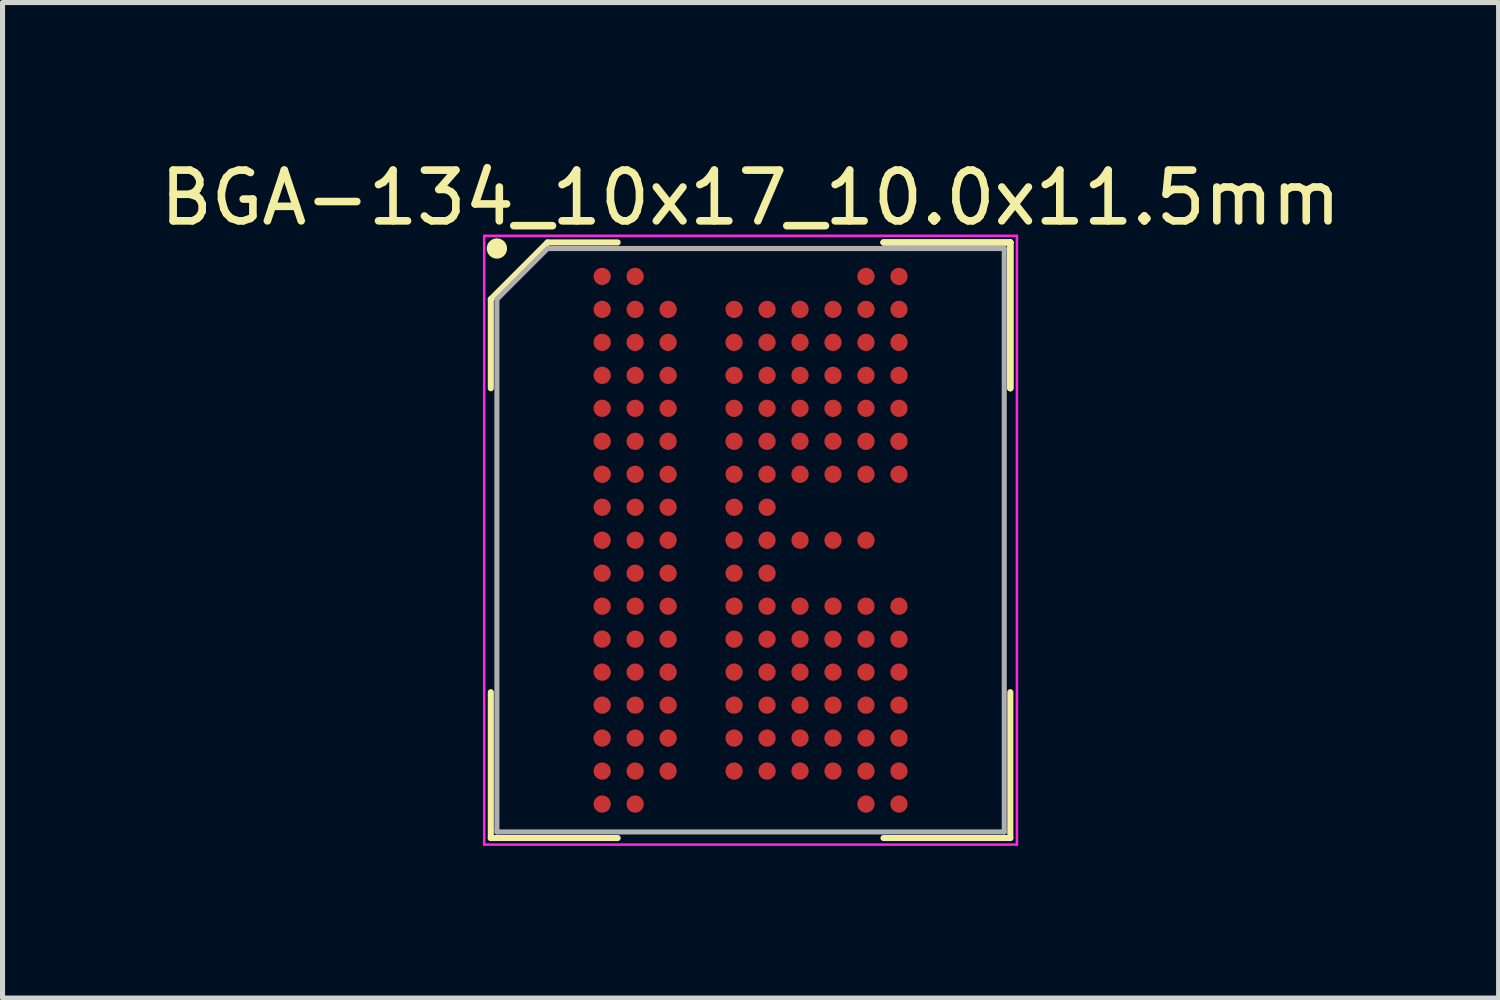
<source format=kicad_pcb>
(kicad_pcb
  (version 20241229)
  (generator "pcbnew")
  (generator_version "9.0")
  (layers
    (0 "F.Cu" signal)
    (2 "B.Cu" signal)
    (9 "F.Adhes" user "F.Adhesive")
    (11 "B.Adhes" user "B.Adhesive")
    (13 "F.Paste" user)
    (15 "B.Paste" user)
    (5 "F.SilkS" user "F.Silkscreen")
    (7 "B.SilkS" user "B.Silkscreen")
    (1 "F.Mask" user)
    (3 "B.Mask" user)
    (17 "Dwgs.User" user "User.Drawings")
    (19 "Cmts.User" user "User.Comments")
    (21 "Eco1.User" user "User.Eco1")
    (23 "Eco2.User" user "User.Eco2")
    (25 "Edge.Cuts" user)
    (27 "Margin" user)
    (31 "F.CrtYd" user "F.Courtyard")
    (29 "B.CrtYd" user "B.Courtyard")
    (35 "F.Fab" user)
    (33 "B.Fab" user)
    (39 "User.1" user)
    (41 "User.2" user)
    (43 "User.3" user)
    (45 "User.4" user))
  (footprint "BGA-134_10x17_10.0x11.5mm"
    (layer "F.Cu")
    (at 11.744 7.598)
    (property "Reference" "BGA-134_10x17_10.0x11.5mm" (at 0 -6.75 0) (layer "F.SilkS") (effects (font (size 1 1) (thickness 0.15))))
    (attr smd)
    (fp_line (start -5.12 -4.75) (end -5.12 -2.995) (stroke (width 0.12) (type solid)) (layer "F.SilkS"))
    (fp_line (start -5.12 5.87) (end -5.12 2.995) (stroke (width 0.12) (type solid)) (layer "F.SilkS"))
    (fp_line (start -4 -5.87) (end -5.12 -4.75) (stroke (width 0.12) (type solid)) (layer "F.SilkS"))
    (fp_line (start -2.62 -5.87) (end -4 -5.87) (stroke (width 0.12) (type solid)) (layer "F.SilkS"))
    (fp_line (start -2.62 5.87) (end -5.12 5.87) (stroke (width 0.12) (type solid)) (layer "F.SilkS"))
    (fp_line (start 2.62 -5.87) (end 5.12 -5.87) (stroke (width 0.12) (type solid)) (layer "F.SilkS"))
    (fp_line (start 2.62 -5.87) (end 5.12 -5.87) (stroke (width 0.12) (type solid)) (layer "F.SilkS"))
    (fp_line (start 2.62 -5.87) (end 5.12 -5.87) (stroke (width 0.12) (type solid)) (layer "F.SilkS"))
    (fp_line (start 2.62 5.87) (end 5.12 5.87) (stroke (width 0.12) (type solid)) (layer "F.SilkS"))
    (fp_line (start 5.12 -5.87) (end 5.12 -2.995) (stroke (width 0.12) (type solid)) (layer "F.SilkS"))
    (fp_line (start 5.12 -5.87) (end 5.12 -2.995) (stroke (width 0.12) (type solid)) (layer "F.SilkS"))
    (fp_line (start 5.12 -5.87) (end 5.12 -2.995) (stroke (width 0.12) (type solid)) (layer "F.SilkS"))
    (fp_line (start 5.12 5.87) (end 5.12 2.995) (stroke (width 0.12) (type solid)) (layer "F.SilkS"))
    (fp_circle (center -5 -5.75) (end -5 -5.65) (stroke (width 0.2) (type solid)) (fill no) (layer "F.SilkS"))
    (fp_line (start -5.25 -6) (end 5.25 -6) (stroke (width 0.05) (type solid)) (layer "F.CrtYd"))
    (fp_line (start -5.25 6) (end -5.25 -6) (stroke (width 0.05) (type solid)) (layer "F.CrtYd"))
    (fp_line (start 5.25 -6) (end 5.25 6) (stroke (width 0.05) (type solid)) (layer "F.CrtYd"))
    (fp_line (start 5.25 6) (end -5.25 6) (stroke (width 0.05) (type solid)) (layer "F.CrtYd"))
    (fp_line (start -5 -4.75) (end -5 5.75) (stroke (width 0.1) (type solid)) (layer "F.Fab"))
    (fp_line (start -5 5.75) (end 5 5.75) (stroke (width 0.1) (type solid)) (layer "F.Fab"))
    (fp_line (start -4 -5.75) (end -5 -4.75) (stroke (width 0.1) (type solid)) (layer "F.Fab"))
    (fp_line (start 5 -5.75) (end -4 -5.75) (stroke (width 0.1) (type solid)) (layer "F.Fab"))
    (fp_line (start 5 5.75) (end 5 -5.75) (stroke (width 0.1) (type solid)) (layer "F.Fab"))
    (pad "A1" smd circle (at -2.925 -5.2) (size 0.34 0.34) (layers "F.Cu" "F.Mask" "F.Paste"))
    (pad "A2" smd circle (at -2.275 -5.2) (size 0.34 0.34) (layers "F.Cu" "F.Mask" "F.Paste"))
    (pad "A9" smd circle (at 2.275 -5.2) (size 0.34 0.34) (layers "F.Cu" "F.Mask" "F.Paste"))
    (pad "A10" smd circle (at 2.925 -5.2) (size 0.34 0.34) (layers "F.Cu" "F.Mask" "F.Paste"))
    (pad "B1" smd circle (at -2.925 -4.55) (size 0.34 0.34) (layers "F.Cu" "F.Mask" "F.Paste"))
    (pad "B2" smd circle (at -2.275 -4.55) (size 0.34 0.34) (layers "F.Cu" "F.Mask" "F.Paste"))
    (pad "B3" smd circle (at -1.625 -4.55) (size 0.34 0.34) (layers "F.Cu" "F.Mask" "F.Paste"))
    (pad "B5" smd circle (at -0.325 -4.55) (size 0.34 0.34) (layers "F.Cu" "F.Mask" "F.Paste"))
    (pad "B6" smd circle (at 0.325 -4.55) (size 0.34 0.34) (layers "F.Cu" "F.Mask" "F.Paste"))
    (pad "B7" smd circle (at 0.975 -4.55) (size 0.34 0.34) (layers "F.Cu" "F.Mask" "F.Paste"))
    (pad "B8" smd circle (at 1.625 -4.55) (size 0.34 0.34) (layers "F.Cu" "F.Mask" "F.Paste"))
    (pad "B9" smd circle (at 2.275 -4.55) (size 0.34 0.34) (layers "F.Cu" "F.Mask" "F.Paste"))
    (pad "B10" smd circle (at 2.925 -4.55) (size 0.34 0.34) (layers "F.Cu" "F.Mask" "F.Paste"))
    (pad "C1" smd circle (at -2.925 -3.9) (size 0.34 0.34) (layers "F.Cu" "F.Mask" "F.Paste"))
    (pad "C2" smd circle (at -2.275 -3.9) (size 0.34 0.34) (layers "F.Cu" "F.Mask" "F.Paste"))
    (pad "C3" smd circle (at -1.625 -3.9) (size 0.34 0.34) (layers "F.Cu" "F.Mask" "F.Paste"))
    (pad "C5" smd circle (at -0.325 -3.9) (size 0.34 0.34) (layers "F.Cu" "F.Mask" "F.Paste"))
    (pad "C6" smd circle (at 0.325 -3.9) (size 0.34 0.34) (layers "F.Cu" "F.Mask" "F.Paste"))
    (pad "C7" smd circle (at 0.975 -3.9) (size 0.34 0.34) (layers "F.Cu" "F.Mask" "F.Paste"))
    (pad "C8" smd circle (at 1.625 -3.9) (size 0.34 0.34) (layers "F.Cu" "F.Mask" "F.Paste"))
    (pad "C9" smd circle (at 2.275 -3.9) (size 0.34 0.34) (layers "F.Cu" "F.Mask" "F.Paste"))
    (pad "C10" smd circle (at 2.925 -3.9) (size 0.34 0.34) (layers "F.Cu" "F.Mask" "F.Paste"))
    (pad "D1" smd circle (at -2.925 -3.25) (size 0.34 0.34) (layers "F.Cu" "F.Mask" "F.Paste"))
    (pad "D2" smd circle (at -2.275 -3.25) (size 0.34 0.34) (layers "F.Cu" "F.Mask" "F.Paste"))
    (pad "D3" smd circle (at -1.625 -3.25) (size 0.34 0.34) (layers "F.Cu" "F.Mask" "F.Paste"))
    (pad "D5" smd circle (at -0.325 -3.25) (size 0.34 0.34) (layers "F.Cu" "F.Mask" "F.Paste"))
    (pad "D6" smd circle (at 0.325 -3.25) (size 0.34 0.34) (layers "F.Cu" "F.Mask" "F.Paste"))
    (pad "D7" smd circle (at 0.975 -3.25) (size 0.34 0.34) (layers "F.Cu" "F.Mask" "F.Paste"))
    (pad "D8" smd circle (at 1.625 -3.25) (size 0.34 0.34) (layers "F.Cu" "F.Mask" "F.Paste"))
    (pad "D9" smd circle (at 2.275 -3.25) (size 0.34 0.34) (layers "F.Cu" "F.Mask" "F.Paste"))
    (pad "D10" smd circle (at 2.925 -3.25) (size 0.34 0.34) (layers "F.Cu" "F.Mask" "F.Paste"))
    (pad "E1" smd circle (at -2.925 -2.6) (size 0.34 0.34) (layers "F.Cu" "F.Mask" "F.Paste"))
    (pad "E2" smd circle (at -2.275 -2.6) (size 0.34 0.34) (layers "F.Cu" "F.Mask" "F.Paste"))
    (pad "E3" smd circle (at -1.625 -2.6) (size 0.34 0.34) (layers "F.Cu" "F.Mask" "F.Paste"))
    (pad "E5" smd circle (at -0.325 -2.6) (size 0.34 0.34) (layers "F.Cu" "F.Mask" "F.Paste"))
    (pad "E6" smd circle (at 0.325 -2.6) (size 0.34 0.34) (layers "F.Cu" "F.Mask" "F.Paste"))
    (pad "E7" smd circle (at 0.975 -2.6) (size 0.34 0.34) (layers "F.Cu" "F.Mask" "F.Paste"))
    (pad "E8" smd circle (at 1.625 -2.6) (size 0.34 0.34) (layers "F.Cu" "F.Mask" "F.Paste"))
    (pad "E9" smd circle (at 2.275 -2.6) (size 0.34 0.34) (layers "F.Cu" "F.Mask" "F.Paste"))
    (pad "E10" smd circle (at 2.925 -2.6) (size 0.34 0.34) (layers "F.Cu" "F.Mask" "F.Paste"))
    (pad "F1" smd circle (at -2.925 -1.95) (size 0.34 0.34) (layers "F.Cu" "F.Mask" "F.Paste"))
    (pad "F2" smd circle (at -2.275 -1.95) (size 0.34 0.34) (layers "F.Cu" "F.Mask" "F.Paste"))
    (pad "F3" smd circle (at -1.625 -1.95) (size 0.34 0.34) (layers "F.Cu" "F.Mask" "F.Paste"))
    (pad "F5" smd circle (at -0.325 -1.95) (size 0.34 0.34) (layers "F.Cu" "F.Mask" "F.Paste"))
    (pad "F6" smd circle (at 0.325 -1.95) (size 0.34 0.34) (layers "F.Cu" "F.Mask" "F.Paste"))
    (pad "F7" smd circle (at 0.975 -1.95) (size 0.34 0.34) (layers "F.Cu" "F.Mask" "F.Paste"))
    (pad "F8" smd circle (at 1.625 -1.95) (size 0.34 0.34) (layers "F.Cu" "F.Mask" "F.Paste"))
    (pad "F9" smd circle (at 2.275 -1.95) (size 0.34 0.34) (layers "F.Cu" "F.Mask" "F.Paste"))
    (pad "F10" smd circle (at 2.925 -1.95) (size 0.34 0.34) (layers "F.Cu" "F.Mask" "F.Paste"))
    (pad "G1" smd circle (at -2.925 -1.3) (size 0.34 0.34) (layers "F.Cu" "F.Mask" "F.Paste"))
    (pad "G2" smd circle (at -2.275 -1.3) (size 0.34 0.34) (layers "F.Cu" "F.Mask" "F.Paste"))
    (pad "G3" smd circle (at -1.625 -1.3) (size 0.34 0.34) (layers "F.Cu" "F.Mask" "F.Paste"))
    (pad "G5" smd circle (at -0.325 -1.3) (size 0.34 0.34) (layers "F.Cu" "F.Mask" "F.Paste"))
    (pad "G6" smd circle (at 0.325 -1.3) (size 0.34 0.34) (layers "F.Cu" "F.Mask" "F.Paste"))
    (pad "G7" smd circle (at 0.975 -1.3) (size 0.34 0.34) (layers "F.Cu" "F.Mask" "F.Paste"))
    (pad "G8" smd circle (at 1.625 -1.3) (size 0.34 0.34) (layers "F.Cu" "F.Mask" "F.Paste"))
    (pad "G9" smd circle (at 2.275 -1.3) (size 0.34 0.34) (layers "F.Cu" "F.Mask" "F.Paste"))
    (pad "G10" smd circle (at 2.925 -1.3) (size 0.34 0.34) (layers "F.Cu" "F.Mask" "F.Paste"))
    (pad "H1" smd circle (at -2.925 -0.65) (size 0.34 0.34) (layers "F.Cu" "F.Mask" "F.Paste"))
    (pad "H2" smd circle (at -2.275 -0.65) (size 0.34 0.34) (layers "F.Cu" "F.Mask" "F.Paste"))
    (pad "H3" smd circle (at -1.625 -0.65) (size 0.34 0.34) (layers "F.Cu" "F.Mask" "F.Paste"))
    (pad "H5" smd circle (at -0.325 -0.65) (size 0.34 0.34) (layers "F.Cu" "F.Mask" "F.Paste"))
    (pad "H6" smd circle (at 0.325 -0.65) (size 0.34 0.34) (layers "F.Cu" "F.Mask" "F.Paste"))
    (pad "J1" smd circle (at -2.925 0) (size 0.34 0.34) (layers "F.Cu" "F.Mask" "F.Paste"))
    (pad "J2" smd circle (at -2.275 0) (size 0.34 0.34) (layers "F.Cu" "F.Mask" "F.Paste"))
    (pad "J3" smd circle (at -1.625 0) (size 0.34 0.34) (layers "F.Cu" "F.Mask" "F.Paste"))
    (pad "J5" smd circle (at -0.325 0) (size 0.34 0.34) (layers "F.Cu" "F.Mask" "F.Paste"))
    (pad "J6" smd circle (at 0.325 0) (size 0.34 0.34) (layers "F.Cu" "F.Mask" "F.Paste"))
    (pad "J7" smd circle (at 0.975 0) (size 0.34 0.34) (layers "F.Cu" "F.Mask" "F.Paste"))
    (pad "J8" smd circle (at 1.625 0) (size 0.34 0.34) (layers "F.Cu" "F.Mask" "F.Paste"))
    (pad "J9" smd circle (at 2.275 0) (size 0.34 0.34) (layers "F.Cu" "F.Mask" "F.Paste"))
    (pad "K1" smd circle (at -2.925 0.65) (size 0.34 0.34) (layers "F.Cu" "F.Mask" "F.Paste"))
    (pad "K2" smd circle (at -2.275 0.65) (size 0.34 0.34) (layers "F.Cu" "F.Mask" "F.Paste"))
    (pad "K3" smd circle (at -1.625 0.65) (size 0.34 0.34) (layers "F.Cu" "F.Mask" "F.Paste"))
    (pad "K5" smd circle (at -0.325 0.65) (size 0.34 0.34) (layers "F.Cu" "F.Mask" "F.Paste"))
    (pad "K6" smd circle (at 0.325 0.65) (size 0.34 0.34) (layers "F.Cu" "F.Mask" "F.Paste"))
    (pad "L1" smd circle (at -2.925 1.3) (size 0.34 0.34) (layers "F.Cu" "F.Mask" "F.Paste"))
    (pad "L2" smd circle (at -2.275 1.3) (size 0.34 0.34) (layers "F.Cu" "F.Mask" "F.Paste"))
    (pad "L3" smd circle (at -1.625 1.3) (size 0.34 0.34) (layers "F.Cu" "F.Mask" "F.Paste"))
    (pad "L5" smd circle (at -0.325 1.3) (size 0.34 0.34) (layers "F.Cu" "F.Mask" "F.Paste"))
    (pad "L6" smd circle (at 0.325 1.3) (size 0.34 0.34) (layers "F.Cu" "F.Mask" "F.Paste"))
    (pad "L7" smd circle (at 0.975 1.3) (size 0.34 0.34) (layers "F.Cu" "F.Mask" "F.Paste"))
    (pad "L8" smd circle (at 1.625 1.3) (size 0.34 0.34) (layers "F.Cu" "F.Mask" "F.Paste"))
    (pad "L9" smd circle (at 2.275 1.3) (size 0.34 0.34) (layers "F.Cu" "F.Mask" "F.Paste"))
    (pad "L10" smd circle (at 2.925 1.3) (size 0.34 0.34) (layers "F.Cu" "F.Mask" "F.Paste"))
    (pad "M1" smd circle (at -2.925 1.95) (size 0.34 0.34) (layers "F.Cu" "F.Mask" "F.Paste"))
    (pad "M2" smd circle (at -2.275 1.95) (size 0.34 0.34) (layers "F.Cu" "F.Mask" "F.Paste"))
    (pad "M3" smd circle (at -1.625 1.95) (size 0.34 0.34) (layers "F.Cu" "F.Mask" "F.Paste"))
    (pad "M5" smd circle (at -0.325 1.95) (size 0.34 0.34) (layers "F.Cu" "F.Mask" "F.Paste"))
    (pad "M6" smd circle (at 0.325 1.95) (size 0.34 0.34) (layers "F.Cu" "F.Mask" "F.Paste"))
    (pad "M7" smd circle (at 0.975 1.95) (size 0.34 0.34) (layers "F.Cu" "F.Mask" "F.Paste"))
    (pad "M8" smd circle (at 1.625 1.95) (size 0.34 0.34) (layers "F.Cu" "F.Mask" "F.Paste"))
    (pad "M9" smd circle (at 2.275 1.95) (size 0.34 0.34) (layers "F.Cu" "F.Mask" "F.Paste"))
    (pad "M10" smd circle (at 2.925 1.95) (size 0.34 0.34) (layers "F.Cu" "F.Mask" "F.Paste"))
    (pad "N1" smd circle (at -2.925 2.6) (size 0.34 0.34) (layers "F.Cu" "F.Mask" "F.Paste"))
    (pad "N2" smd circle (at -2.275 2.6) (size 0.34 0.34) (layers "F.Cu" "F.Mask" "F.Paste"))
    (pad "N3" smd circle (at -1.625 2.6) (size 0.34 0.34) (layers "F.Cu" "F.Mask" "F.Paste"))
    (pad "N5" smd circle (at -0.325 2.6) (size 0.34 0.34) (layers "F.Cu" "F.Mask" "F.Paste"))
    (pad "N6" smd circle (at 0.325 2.6) (size 0.34 0.34) (layers "F.Cu" "F.Mask" "F.Paste"))
    (pad "N7" smd circle (at 0.975 2.6) (size 0.34 0.34) (layers "F.Cu" "F.Mask" "F.Paste"))
    (pad "N8" smd circle (at 1.625 2.6) (size 0.34 0.34) (layers "F.Cu" "F.Mask" "F.Paste"))
    (pad "N9" smd circle (at 2.275 2.6) (size 0.34 0.34) (layers "F.Cu" "F.Mask" "F.Paste"))
    (pad "N10" smd circle (at 2.925 2.6) (size 0.34 0.34) (layers "F.Cu" "F.Mask" "F.Paste"))
    (pad "P1" smd circle (at -2.925 3.25) (size 0.34 0.34) (layers "F.Cu" "F.Mask" "F.Paste"))
    (pad "P2" smd circle (at -2.275 3.25) (size 0.34 0.34) (layers "F.Cu" "F.Mask" "F.Paste"))
    (pad "P3" smd circle (at -1.625 3.25) (size 0.34 0.34) (layers "F.Cu" "F.Mask" "F.Paste"))
    (pad "P5" smd circle (at -0.325 3.25) (size 0.34 0.34) (layers "F.Cu" "F.Mask" "F.Paste"))
    (pad "P6" smd circle (at 0.325 3.25) (size 0.34 0.34) (layers "F.Cu" "F.Mask" "F.Paste"))
    (pad "P7" smd circle (at 0.975 3.25) (size 0.34 0.34) (layers "F.Cu" "F.Mask" "F.Paste"))
    (pad "P8" smd circle (at 1.625 3.25) (size 0.34 0.34) (layers "F.Cu" "F.Mask" "F.Paste"))
    (pad "P9" smd circle (at 2.275 3.25) (size 0.34 0.34) (layers "F.Cu" "F.Mask" "F.Paste"))
    (pad "P10" smd circle (at 2.925 3.25) (size 0.34 0.34) (layers "F.Cu" "F.Mask" "F.Paste"))
    (pad "R1" smd circle (at -2.925 3.9) (size 0.34 0.34) (layers "F.Cu" "F.Mask" "F.Paste"))
    (pad "R2" smd circle (at -2.275 3.9) (size 0.34 0.34) (layers "F.Cu" "F.Mask" "F.Paste"))
    (pad "R3" smd circle (at -1.625 3.9) (size 0.34 0.34) (layers "F.Cu" "F.Mask" "F.Paste"))
    (pad "R5" smd circle (at -0.325 3.9) (size 0.34 0.34) (layers "F.Cu" "F.Mask" "F.Paste"))
    (pad "R6" smd circle (at 0.325 3.9) (size 0.34 0.34) (layers "F.Cu" "F.Mask" "F.Paste"))
    (pad "R7" smd circle (at 0.975 3.9) (size 0.34 0.34) (layers "F.Cu" "F.Mask" "F.Paste"))
    (pad "R8" smd circle (at 1.625 3.9) (size 0.34 0.34) (layers "F.Cu" "F.Mask" "F.Paste"))
    (pad "R9" smd circle (at 2.275 3.9) (size 0.34 0.34) (layers "F.Cu" "F.Mask" "F.Paste"))
    (pad "R10" smd circle (at 2.925 3.9) (size 0.34 0.34) (layers "F.Cu" "F.Mask" "F.Paste"))
    (pad "T1" smd circle (at -2.925 4.55) (size 0.34 0.34) (layers "F.Cu" "F.Mask" "F.Paste"))
    (pad "T2" smd circle (at -2.275 4.55) (size 0.34 0.34) (layers "F.Cu" "F.Mask" "F.Paste"))
    (pad "T3" smd circle (at -1.625 4.55) (size 0.34 0.34) (layers "F.Cu" "F.Mask" "F.Paste"))
    (pad "T5" smd circle (at -0.325 4.55) (size 0.34 0.34) (layers "F.Cu" "F.Mask" "F.Paste"))
    (pad "T6" smd circle (at 0.325 4.55) (size 0.34 0.34) (layers "F.Cu" "F.Mask" "F.Paste"))
    (pad "T7" smd circle (at 0.975 4.55) (size 0.34 0.34) (layers "F.Cu" "F.Mask" "F.Paste"))
    (pad "T8" smd circle (at 1.625 4.55) (size 0.34 0.34) (layers "F.Cu" "F.Mask" "F.Paste"))
    (pad "T9" smd circle (at 2.275 4.55) (size 0.34 0.34) (layers "F.Cu" "F.Mask" "F.Paste"))
    (pad "T10" smd circle (at 2.925 4.55) (size 0.34 0.34) (layers "F.Cu" "F.Mask" "F.Paste"))
    (pad "U1" smd circle (at -2.925 5.2) (size 0.34 0.34) (layers "F.Cu" "F.Mask" "F.Paste"))
    (pad "U2" smd circle (at -2.275 5.2) (size 0.34 0.34) (layers "F.Cu" "F.Mask" "F.Paste"))
    (pad "U9" smd circle (at 2.275 5.2) (size 0.34 0.34) (layers "F.Cu" "F.Mask" "F.Paste"))
    (pad "U10" smd circle (at 2.925 5.2) (size 0.34 0.34) (layers "F.Cu" "F.Mask" "F.Paste")))
  (gr_rect
    (start -3 -3)
    (end 26.488 16.623)
    (stroke (width 0.1) (type default))
    (fill no)
    (layer "Edge.Cuts")))
</source>
